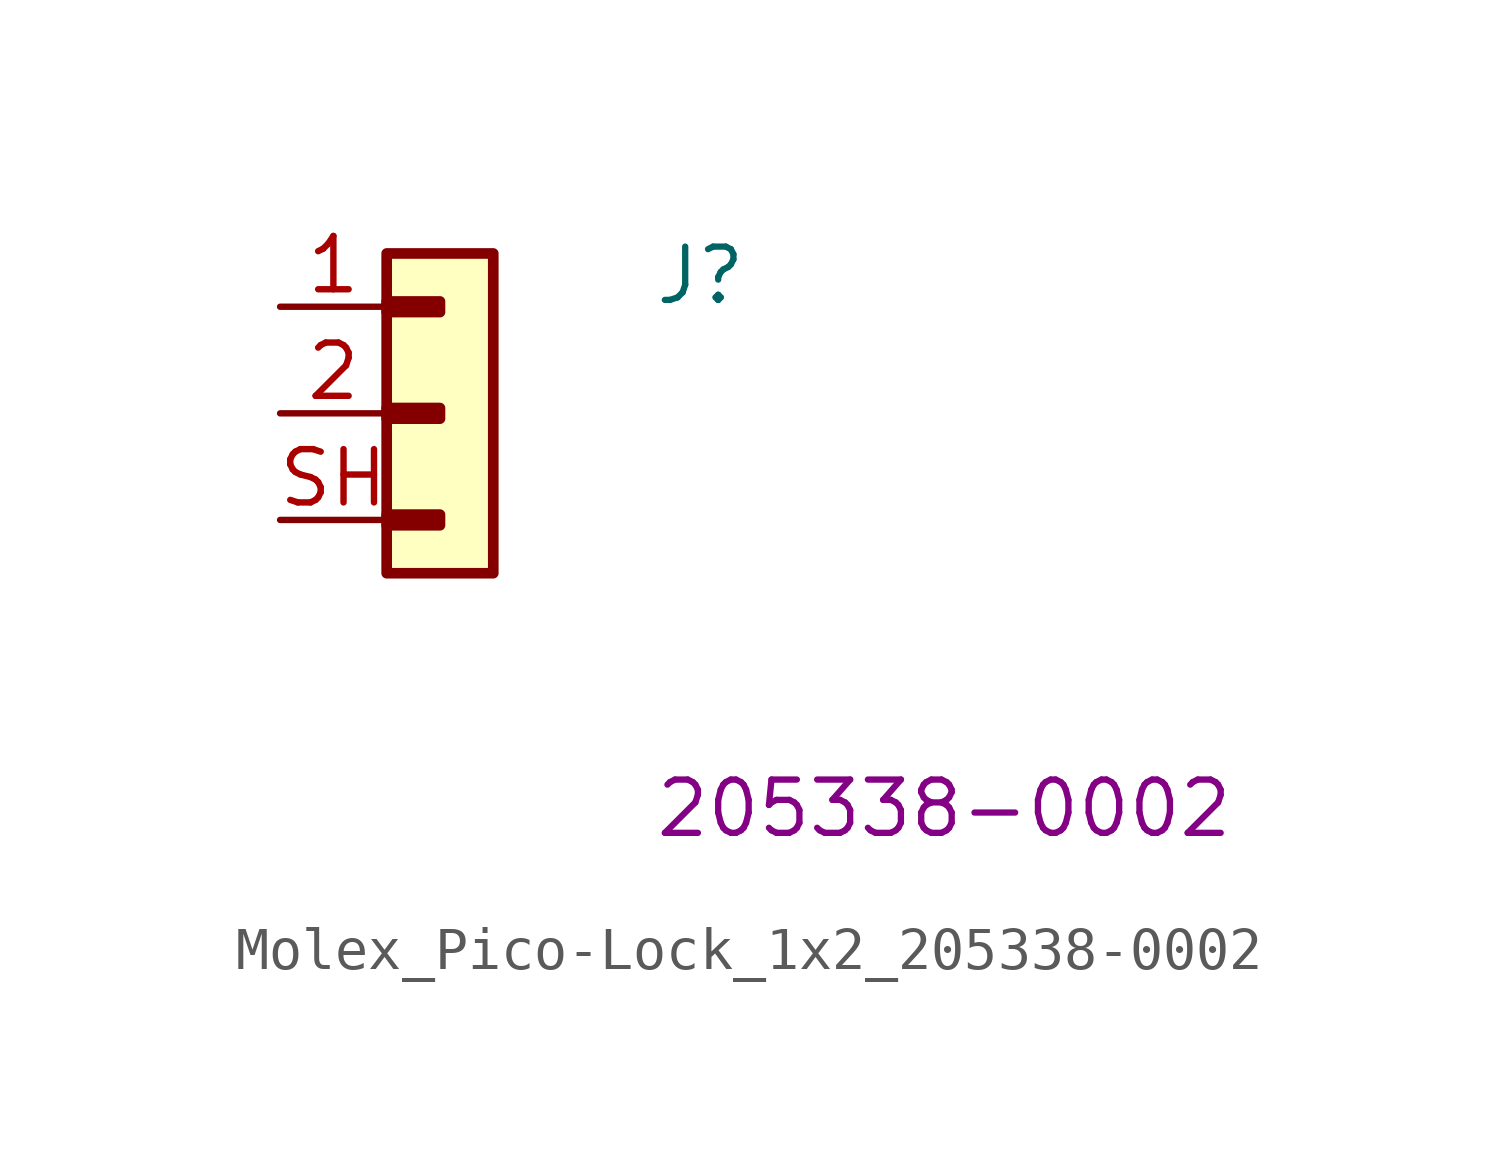
<source format=kicad_sym>
(kicad_symbol_lib
  (version 20220914)
  (generator kicad_symbol_editor)
  (symbol "Molex_Pico-Lock_1x2_205338-0002"
    (pin_names hide)
    (property "Reference" "J"
      (at 8.89 0 0)
      (effects (font (size 1.27 1.27) (thickness 0.15)) (justify left bottom)))
    (property "MPN" "205338-0002"
      (at 8.89 -12.7 0)
      (effects (font (size 1.27 1.27) (thickness 0.15)) (justify left bottom)))
    (symbol "Molex_Pico-Lock_1x2_205338-0002_1_1"
      (rectangle (start 2.54 -4.953) (end 3.81 -5.207) (stroke (width 0.254) (type default)) (fill (type background)))
      (rectangle (start 2.54 -2.413) (end 3.81 -2.667) (stroke (width 0.254) (type default)) (fill (type background)))
      (rectangle (start 2.54 0.127) (end 3.81 -0.127) (stroke (width 0.254) (type default)) (fill (type background)))
      (rectangle (start 2.54 1.27) (end 5.08 -6.35) (stroke (width 0.254) (type default)) (fill (type background)))
      (pin passive line (at 0 0 0) (length 2.54) (name "1" (effects (font (size 1.27 1.27)))) (number "1" (effects (font (size 1.27 1.27)))))
      (pin passive line (at 0 -2.54 0) (length 2.54) (name "2" (effects (font (size 1.27 1.27)))) (number "2" (effects (font (size 1.27 1.27)))))
      (pin passive line (at 0 -5.08 0) (length 2.54) (name "SH" (effects (font (size 1.27 1.27)))) (number "SH" (effects (font (size 1.27 1.27)))))
      (pin passive line (at 0 -5.08 0) (length 2.54) hide (name "SH" (effects (font (size 1.27 1.27)))) (number "SH" (effects (font (size 1.27 1.27))))))))
</source>
